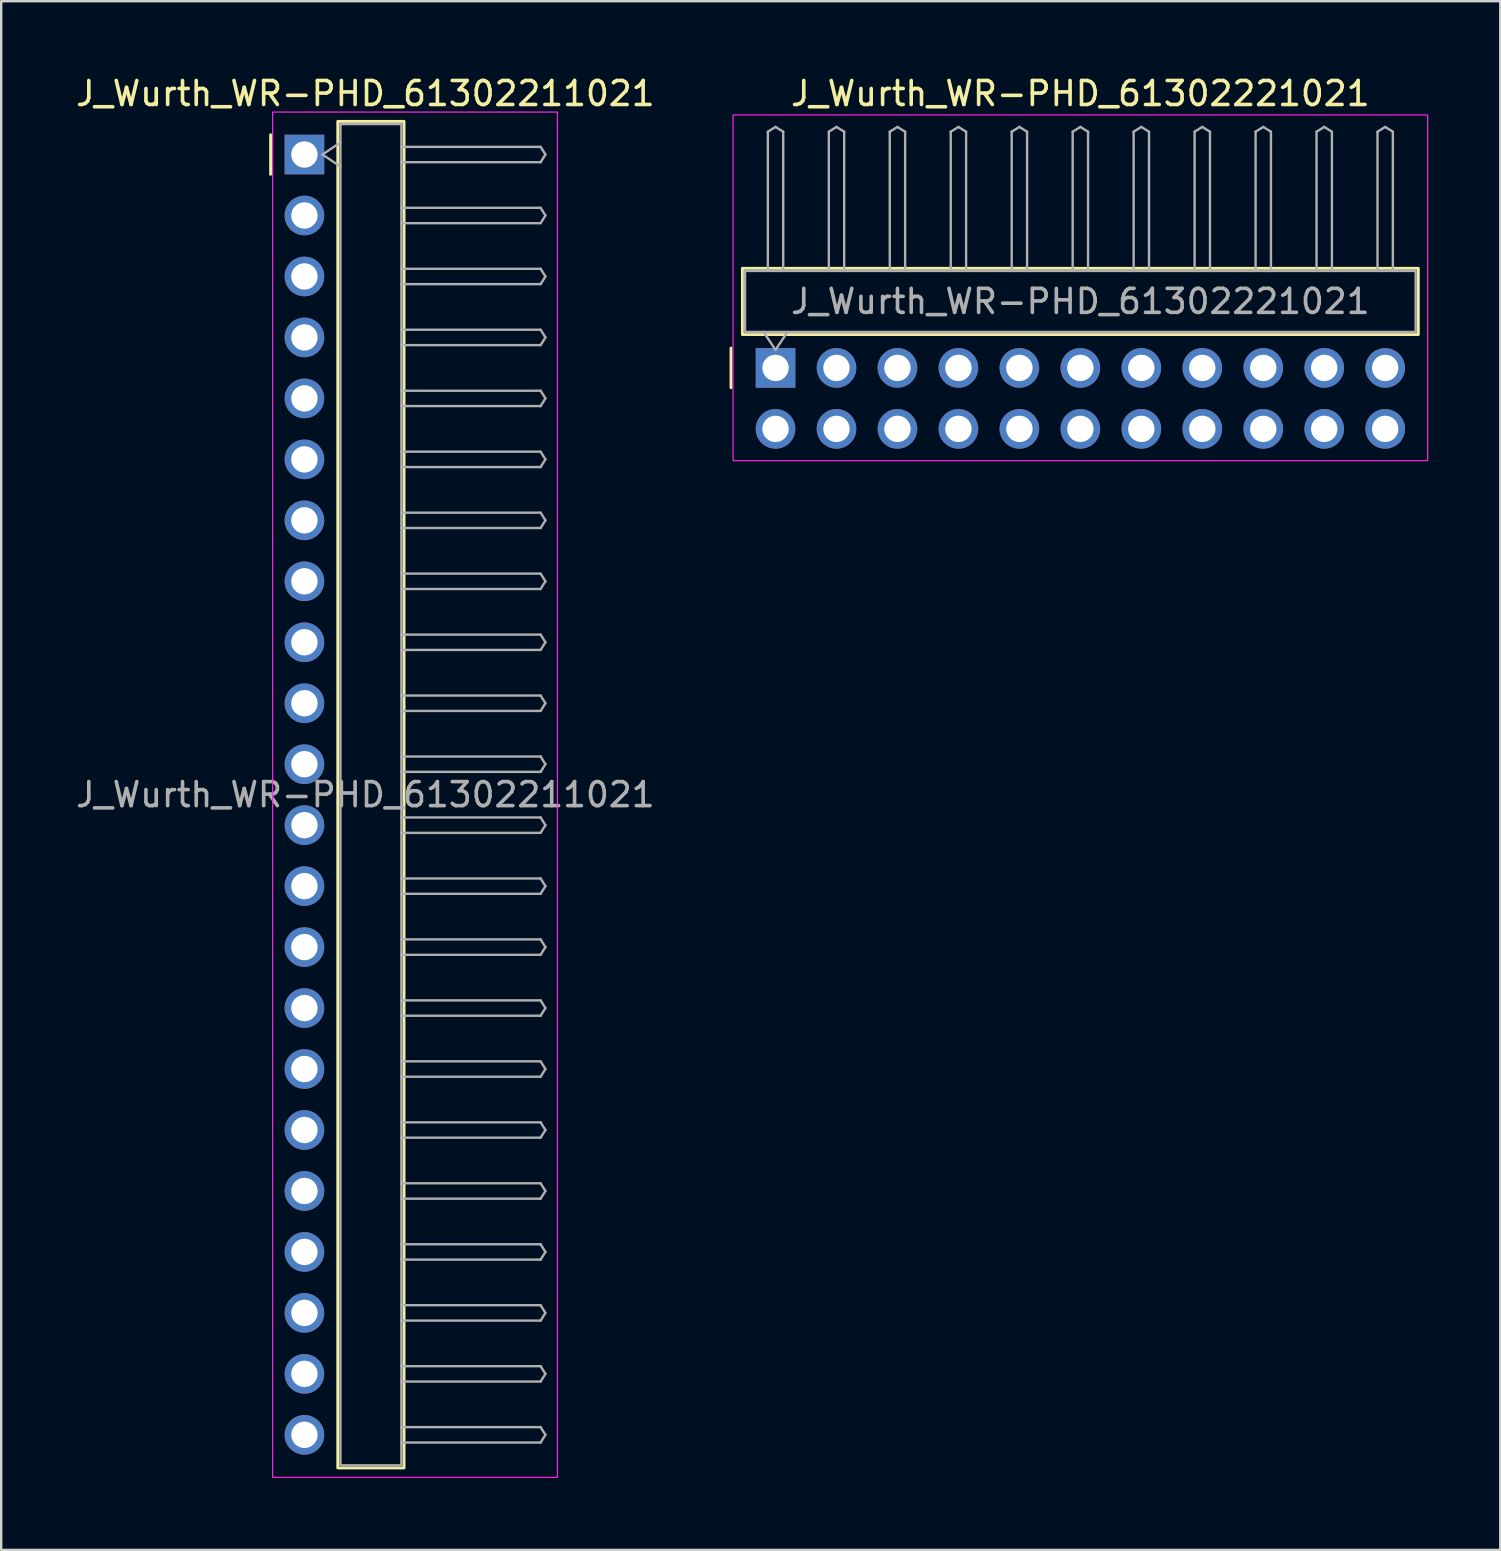
<source format=kicad_pcb>
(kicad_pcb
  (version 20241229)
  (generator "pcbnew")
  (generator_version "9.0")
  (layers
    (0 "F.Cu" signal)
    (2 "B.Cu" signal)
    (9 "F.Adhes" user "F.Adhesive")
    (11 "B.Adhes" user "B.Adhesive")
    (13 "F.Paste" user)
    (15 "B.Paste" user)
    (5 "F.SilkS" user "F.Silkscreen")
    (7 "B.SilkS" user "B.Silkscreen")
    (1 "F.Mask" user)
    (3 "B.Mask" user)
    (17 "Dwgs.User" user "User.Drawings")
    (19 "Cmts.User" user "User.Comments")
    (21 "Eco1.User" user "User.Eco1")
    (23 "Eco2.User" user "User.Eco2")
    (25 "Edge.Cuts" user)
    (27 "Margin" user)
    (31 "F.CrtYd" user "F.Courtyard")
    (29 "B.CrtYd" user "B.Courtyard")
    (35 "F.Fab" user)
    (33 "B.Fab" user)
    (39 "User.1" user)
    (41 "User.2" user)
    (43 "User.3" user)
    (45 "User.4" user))
  (footprint "J_Wurth_WR-PHD_61302211021"
    (layer "F.Cu")
    (at 9.633 3.388)
    (property "Reference" "J_Wurth_WR-PHD_61302211021" (at 2.54 -2.54 0) (unlocked yes) (layer "F.SilkS") (effects (font (size 1 1) (thickness 0.15))))
    (attr through_hole)
    (fp_line (start -1.41 -0.825) (end -1.41 0.825) (stroke (width 0.12) (type solid)) (layer "F.SilkS"))
    (fp_rect (start 1.39 -1.38) (end 4.15 54.72) (stroke (width 0.12) (type solid)) (fill no) (layer "F.SilkS"))
    (fp_rect (start -1.325 -1.77) (end 10.54 55.11) (stroke (width 0.05) (type solid)) (fill no) (layer "F.CrtYd"))
    (fp_line (start 0.75 0) (end 1.5 0.5) (stroke (width 0.1) (type solid)) (layer "F.Fab"))
    (fp_line (start 0.75 0) (end 1.5 -0.5) (stroke (width 0.1) (type solid)) (layer "F.Fab"))
    (fp_line (start 4.04 0.32) (end 9.84 0.32) (stroke (width 0.1) (type solid)) (layer "F.Fab"))
    (fp_line (start 4.04 2.86) (end 9.84 2.86) (stroke (width 0.1) (type solid)) (layer "F.Fab"))
    (fp_line (start 4.04 5.4) (end 9.84 5.4) (stroke (width 0.1) (type solid)) (layer "F.Fab"))
    (fp_line (start 4.04 7.94) (end 9.84 7.94) (stroke (width 0.1) (type solid)) (layer "F.Fab"))
    (fp_line (start 4.04 10.48) (end 9.84 10.48) (stroke (width 0.1) (type solid)) (layer "F.Fab"))
    (fp_line (start 4.04 13.02) (end 9.84 13.02) (stroke (width 0.1) (type solid)) (layer "F.Fab"))
    (fp_line (start 4.04 15.56) (end 9.84 15.56) (stroke (width 0.1) (type solid)) (layer "F.Fab"))
    (fp_line (start 4.04 18.1) (end 9.84 18.1) (stroke (width 0.1) (type solid)) (layer "F.Fab"))
    (fp_line (start 4.04 20.64) (end 9.84 20.64) (stroke (width 0.1) (type solid)) (layer "F.Fab"))
    (fp_line (start 4.04 23.18) (end 9.84 23.18) (stroke (width 0.1) (type solid)) (layer "F.Fab"))
    (fp_line (start 4.04 25.72) (end 9.84 25.72) (stroke (width 0.1) (type solid)) (layer "F.Fab"))
    (fp_line (start 4.04 28.26) (end 9.84 28.26) (stroke (width 0.1) (type solid)) (layer "F.Fab"))
    (fp_line (start 4.04 30.8) (end 9.84 30.8) (stroke (width 0.1) (type solid)) (layer "F.Fab"))
    (fp_line (start 4.04 33.34) (end 9.84 33.34) (stroke (width 0.1) (type solid)) (layer "F.Fab"))
    (fp_line (start 4.04 35.88) (end 9.84 35.88) (stroke (width 0.1) (type solid)) (layer "F.Fab"))
    (fp_line (start 4.04 38.42) (end 9.84 38.42) (stroke (width 0.1) (type solid)) (layer "F.Fab"))
    (fp_line (start 4.04 40.96) (end 9.84 40.96) (stroke (width 0.1) (type solid)) (layer "F.Fab"))
    (fp_line (start 4.04 43.5) (end 9.84 43.5) (stroke (width 0.1) (type solid)) (layer "F.Fab"))
    (fp_line (start 4.04 46.04) (end 9.84 46.04) (stroke (width 0.1) (type solid)) (layer "F.Fab"))
    (fp_line (start 4.04 48.58) (end 9.84 48.58) (stroke (width 0.1) (type solid)) (layer "F.Fab"))
    (fp_line (start 4.04 51.12) (end 9.84 51.12) (stroke (width 0.1) (type solid)) (layer "F.Fab"))
    (fp_line (start 4.04 53.66) (end 9.84 53.66) (stroke (width 0.1) (type solid)) (layer "F.Fab"))
    (fp_line (start 9.84 -0.32) (end 4.04 -0.32) (stroke (width 0.1) (type solid)) (layer "F.Fab"))
    (fp_line (start 9.84 0.32) (end 10.04 0) (stroke (width 0.1) (type default)) (layer "F.Fab"))
    (fp_line (start 9.84 2.22) (end 4.04 2.22) (stroke (width 0.1) (type solid)) (layer "F.Fab"))
    (fp_line (start 9.84 2.86) (end 10.04 2.54) (stroke (width 0.1) (type default)) (layer "F.Fab"))
    (fp_line (start 9.84 4.76) (end 4.04 4.76) (stroke (width 0.1) (type solid)) (layer "F.Fab"))
    (fp_line (start 9.84 5.4) (end 10.04 5.08) (stroke (width 0.1) (type default)) (layer "F.Fab"))
    (fp_line (start 9.84 7.3) (end 4.04 7.3) (stroke (width 0.1) (type solid)) (layer "F.Fab"))
    (fp_line (start 9.84 7.94) (end 10.04 7.62) (stroke (width 0.1) (type default)) (layer "F.Fab"))
    (fp_line (start 9.84 9.84) (end 4.04 9.84) (stroke (width 0.1) (type solid)) (layer "F.Fab"))
    (fp_line (start 9.84 10.48) (end 10.04 10.16) (stroke (width 0.1) (type solid)) (layer "F.Fab"))
    (fp_line (start 9.84 12.38) (end 4.04 12.38) (stroke (width 0.1) (type solid)) (layer "F.Fab"))
    (fp_line (start 9.84 13.02) (end 10.04 12.7) (stroke (width 0.1) (type solid)) (layer "F.Fab"))
    (fp_line (start 9.84 14.92) (end 4.04 14.92) (stroke (width 0.1) (type solid)) (layer "F.Fab"))
    (fp_line (start 9.84 15.56) (end 10.04 15.24) (stroke (width 0.1) (type solid)) (layer "F.Fab"))
    (fp_line (start 9.84 17.46) (end 4.04 17.46) (stroke (width 0.1) (type solid)) (layer "F.Fab"))
    (fp_line (start 9.84 20) (end 4.04 20) (stroke (width 0.1) (type solid)) (layer "F.Fab"))
    (fp_line (start 9.84 22.54) (end 4.04 22.54) (stroke (width 0.1) (type solid)) (layer "F.Fab"))
    (fp_line (start 9.84 25.08) (end 4.04 25.08) (stroke (width 0.1) (type solid)) (layer "F.Fab"))
    (fp_line (start 9.84 27.62) (end 4.04 27.62) (stroke (width 0.1) (type solid)) (layer "F.Fab"))
    (fp_line (start 9.84 30.16) (end 4.04 30.16) (stroke (width 0.1) (type solid)) (layer "F.Fab"))
    (fp_line (start 9.84 32.7) (end 4.04 32.7) (stroke (width 0.1) (type solid)) (layer "F.Fab"))
    (fp_line (start 9.84 35.24) (end 4.04 35.24) (stroke (width 0.1) (type solid)) (layer "F.Fab"))
    (fp_line (start 9.84 37.78) (end 4.04 37.78) (stroke (width 0.1) (type solid)) (layer "F.Fab"))
    (fp_line (start 9.84 40.32) (end 4.04 40.32) (stroke (width 0.1) (type solid)) (layer "F.Fab"))
    (fp_line (start 9.84 42.86) (end 4.04 42.86) (stroke (width 0.1) (type solid)) (layer "F.Fab"))
    (fp_line (start 9.84 45.4) (end 4.04 45.4) (stroke (width 0.1) (type solid)) (layer "F.Fab"))
    (fp_line (start 9.84 47.94) (end 4.04 47.94) (stroke (width 0.1) (type solid)) (layer "F.Fab"))
    (fp_line (start 9.84 48.58) (end 10.04 48.26) (stroke (width 0.1) (type solid)) (layer "F.Fab"))
    (fp_line (start 9.84 50.48) (end 4.04 50.48) (stroke (width 0.1) (type solid)) (layer "F.Fab"))
    (fp_line (start 9.84 51.12) (end 10.04 50.8) (stroke (width 0.1) (type solid)) (layer "F.Fab"))
    (fp_line (start 9.84 53.02) (end 4.04 53.02) (stroke (width 0.1) (type solid)) (layer "F.Fab"))
    (fp_line (start 9.84 53.66) (end 10.04 53.34) (stroke (width 0.1) (type solid)) (layer "F.Fab"))
    (fp_line (start 10.04 0) (end 9.84 -0.32) (stroke (width 0.1) (type solid)) (layer "F.Fab"))
    (fp_line (start 10.04 2.54) (end 9.84 2.22) (stroke (width 0.1) (type solid)) (layer "F.Fab"))
    (fp_line (start 10.04 5.08) (end 9.84 4.76) (stroke (width 0.1) (type solid)) (layer "F.Fab"))
    (fp_line (start 10.04 7.62) (end 9.84 7.3) (stroke (width 0.1) (type solid)) (layer "F.Fab"))
    (fp_line (start 10.04 10.16) (end 9.84 9.84) (stroke (width 0.1) (type solid)) (layer "F.Fab"))
    (fp_line (start 10.04 12.7) (end 9.84 12.38) (stroke (width 0.1) (type solid)) (layer "F.Fab"))
    (fp_line (start 10.04 15.24) (end 9.84 14.92) (stroke (width 0.1) (type solid)) (layer "F.Fab"))
    (fp_line (start 10.04 17.78) (end 9.84 17.46) (stroke (width 0.1) (type solid)) (layer "F.Fab"))
    (fp_line (start 10.04 17.78) (end 9.84 18.1) (stroke (width 0.1) (type solid)) (layer "F.Fab"))
    (fp_line (start 10.04 20.32) (end 9.84 20) (stroke (width 0.1) (type solid)) (layer "F.Fab"))
    (fp_line (start 10.04 20.32) (end 9.84 20.64) (stroke (width 0.1) (type solid)) (layer "F.Fab"))
    (fp_line (start 10.04 22.86) (end 9.84 22.54) (stroke (width 0.1) (type solid)) (layer "F.Fab"))
    (fp_line (start 10.04 22.86) (end 9.84 23.18) (stroke (width 0.1) (type solid)) (layer "F.Fab"))
    (fp_line (start 10.04 25.4) (end 9.84 25.08) (stroke (width 0.1) (type solid)) (layer "F.Fab"))
    (fp_line (start 10.04 25.4) (end 9.84 25.72) (stroke (width 0.1) (type solid)) (layer "F.Fab"))
    (fp_line (start 10.04 27.94) (end 9.84 27.62) (stroke (width 0.1) (type solid)) (layer "F.Fab"))
    (fp_line (start 10.04 27.94) (end 9.84 28.26) (stroke (width 0.1) (type solid)) (layer "F.Fab"))
    (fp_line (start 10.04 30.48) (end 9.84 30.16) (stroke (width 0.1) (type solid)) (layer "F.Fab"))
    (fp_line (start 10.04 30.48) (end 9.84 30.8) (stroke (width 0.1) (type solid)) (layer "F.Fab"))
    (fp_line (start 10.04 33.02) (end 9.84 32.7) (stroke (width 0.1) (type solid)) (layer "F.Fab"))
    (fp_line (start 10.04 33.02) (end 9.84 33.34) (stroke (width 0.1) (type solid)) (layer "F.Fab"))
    (fp_line (start 10.04 35.56) (end 9.84 35.24) (stroke (width 0.1) (type solid)) (layer "F.Fab"))
    (fp_line (start 10.04 35.56) (end 9.84 35.88) (stroke (width 0.1) (type solid)) (layer "F.Fab"))
    (fp_line (start 10.04 38.1) (end 9.84 37.78) (stroke (width 0.1) (type solid)) (layer "F.Fab"))
    (fp_line (start 10.04 38.1) (end 9.84 38.42) (stroke (width 0.1) (type solid)) (layer "F.Fab"))
    (fp_line (start 10.04 40.64) (end 9.84 40.32) (stroke (width 0.1) (type solid)) (layer "F.Fab"))
    (fp_line (start 10.04 40.64) (end 9.84 40.96) (stroke (width 0.1) (type solid)) (layer "F.Fab"))
    (fp_line (start 10.04 43.18) (end 9.84 42.86) (stroke (width 0.1) (type solid)) (layer "F.Fab"))
    (fp_line (start 10.04 43.18) (end 9.84 43.5) (stroke (width 0.1) (type solid)) (layer "F.Fab"))
    (fp_line (start 10.04 45.72) (end 9.84 45.4) (stroke (width 0.1) (type solid)) (layer "F.Fab"))
    (fp_line (start 10.04 45.72) (end 9.84 46.04) (stroke (width 0.1) (type solid)) (layer "F.Fab"))
    (fp_line (start 10.04 48.26) (end 9.84 47.94) (stroke (width 0.1) (type solid)) (layer "F.Fab"))
    (fp_line (start 10.04 50.8) (end 9.84 50.48) (stroke (width 0.1) (type solid)) (layer "F.Fab"))
    (fp_line (start 10.04 53.34) (end 9.84 53.02) (stroke (width 0.1) (type solid)) (layer "F.Fab"))
    (fp_rect (start 1.5 -1.27) (end 4.04 54.61) (stroke (width 0.1) (type solid)) (fill no) (layer "F.Fab"))
    (fp_text user "${REFERENCE}" (at 2.54 26.67 0) (unlocked yes) (layer "F.Fab") (effects (font (size 1 1) (thickness 0.15))))
    (pad "1" thru_hole rect (at 0 0 90) (size 1.65 1.65) (drill 1.1) (layers "*.Cu" "*.Mask"))
    (pad "2" thru_hole circle (at 0 2.54 90) (size 1.65 1.65) (drill 1.1) (layers "*.Cu" "*.Mask"))
    (pad "3" thru_hole circle (at 0 5.08 90) (size 1.65 1.65) (drill 1.1) (layers "*.Cu" "*.Mask"))
    (pad "4" thru_hole circle (at 0 7.62 90) (size 1.65 1.65) (drill 1.1) (layers "*.Cu" "*.Mask"))
    (pad "5" thru_hole circle (at 0 10.16 90) (size 1.65 1.65) (drill 1.1) (layers "*.Cu" "*.Mask"))
    (pad "6" thru_hole circle (at 0 12.7 90) (size 1.65 1.65) (drill 1.1) (layers "*.Cu" "*.Mask"))
    (pad "7" thru_hole circle (at 0 15.24 90) (size 1.65 1.65) (drill 1.1) (layers "*.Cu" "*.Mask"))
    (pad "8" thru_hole circle (at 0 17.78 90) (size 1.65 1.65) (drill 1.1) (layers "*.Cu" "*.Mask"))
    (pad "9" thru_hole circle (at 0 20.32 90) (size 1.65 1.65) (drill 1.1) (layers "*.Cu" "*.Mask"))
    (pad "10" thru_hole circle (at 0 22.86 90) (size 1.65 1.65) (drill 1.1) (layers "*.Cu" "*.Mask"))
    (pad "11" thru_hole circle (at 0 25.4 90) (size 1.65 1.65) (drill 1.1) (layers "*.Cu" "*.Mask"))
    (pad "12" thru_hole circle (at 0 27.94 90) (size 1.65 1.65) (drill 1.1) (layers "*.Cu" "*.Mask"))
    (pad "13" thru_hole circle (at 0 30.48 90) (size 1.65 1.65) (drill 1.1) (layers "*.Cu" "*.Mask"))
    (pad "14" thru_hole circle (at 0 33.02 90) (size 1.65 1.65) (drill 1.1) (layers "*.Cu" "*.Mask"))
    (pad "15" thru_hole circle (at 0 35.56 90) (size 1.65 1.65) (drill 1.1) (layers "*.Cu" "*.Mask"))
    (pad "16" thru_hole circle (at 0 38.1 90) (size 1.65 1.65) (drill 1.1) (layers "*.Cu" "*.Mask"))
    (pad "17" thru_hole circle (at 0 40.64 90) (size 1.65 1.65) (drill 1.1) (layers "*.Cu" "*.Mask"))
    (pad "18" thru_hole circle (at 0 43.18 90) (size 1.65 1.65) (drill 1.1) (layers "*.Cu" "*.Mask"))
    (pad "19" thru_hole circle (at 0 45.72 90) (size 1.65 1.65) (drill 1.1) (layers "*.Cu" "*.Mask"))
    (pad "20" thru_hole circle (at 0 48.26 90) (size 1.65 1.65) (drill 1.1) (layers "*.Cu" "*.Mask"))
    (pad "21" thru_hole circle (at 0 50.8 90) (size 1.65 1.65) (drill 1.1) (layers "*.Cu" "*.Mask"))
    (pad "22" thru_hole circle (at 0 53.34 90) (size 1.65 1.65) (drill 1.1) (layers "*.Cu" "*.Mask")))
  (footprint "J_Wurth_WR-PHD_61302221021"
    (layer "F.Cu")
    (at 29.26 12.278)
    (property "Reference" "J_Wurth_WR-PHD_61302221021" (at 12.7 -11.43 0) (unlocked yes) (layer "F.SilkS") (effects (font (size 1 1) (thickness 0.15))))
    (attr through_hole)
    (fp_line (start -1.855 -0.825) (end -1.855 0.825) (stroke (width 0.12) (type solid)) (layer "F.SilkS"))
    (fp_rect (start -1.38 -4.15) (end 26.78 -1.39) (stroke (width 0.12) (type solid)) (fill no) (layer "F.SilkS"))
    (fp_rect (start -1.77 -10.54) (end 27.17 3.865) (stroke (width 0.05) (type solid)) (fill no) (layer "F.CrtYd"))
    (fp_line (start -0.32 -9.84) (end -0.32 -4.04) (stroke (width 0.1) (type solid)) (layer "F.Fab"))
    (fp_line (start 0 -10.04) (end -0.32 -9.84) (stroke (width 0.1) (type solid)) (layer "F.Fab"))
    (fp_line (start 0 -0.75) (end -0.5 -1.5) (stroke (width 0.1) (type solid)) (layer "F.Fab"))
    (fp_line (start 0 -0.75) (end 0.5 -1.5) (stroke (width 0.1) (type solid)) (layer "F.Fab"))
    (fp_line (start 0.32 -9.84) (end 0 -10.04) (stroke (width 0.1) (type default)) (layer "F.Fab"))
    (fp_line (start 0.32 -4.04) (end 0.32 -9.84) (stroke (width 0.1) (type solid)) (layer "F.Fab"))
    (fp_line (start 2.22 -9.84) (end 2.22 -4.04) (stroke (width 0.1) (type solid)) (layer "F.Fab"))
    (fp_line (start 2.54 -10.04) (end 2.22 -9.84) (stroke (width 0.1) (type solid)) (layer "F.Fab"))
    (fp_line (start 2.86 -9.84) (end 2.54 -10.04) (stroke (width 0.1) (type default)) (layer "F.Fab"))
    (fp_line (start 2.86 -4.04) (end 2.86 -9.84) (stroke (width 0.1) (type solid)) (layer "F.Fab"))
    (fp_line (start 4.76 -9.84) (end 4.76 -4.04) (stroke (width 0.1) (type solid)) (layer "F.Fab"))
    (fp_line (start 5.08 -10.04) (end 4.76 -9.84) (stroke (width 0.1) (type solid)) (layer "F.Fab"))
    (fp_line (start 5.4 -9.84) (end 5.08 -10.04) (stroke (width 0.1) (type default)) (layer "F.Fab"))
    (fp_line (start 5.4 -4.04) (end 5.4 -9.84) (stroke (width 0.1) (type solid)) (layer "F.Fab"))
    (fp_line (start 7.3 -9.84) (end 7.3 -4.04) (stroke (width 0.1) (type solid)) (layer "F.Fab"))
    (fp_line (start 7.62 -10.04) (end 7.3 -9.84) (stroke (width 0.1) (type solid)) (layer "F.Fab"))
    (fp_line (start 7.94 -9.84) (end 7.62 -10.04) (stroke (width 0.1) (type default)) (layer "F.Fab"))
    (fp_line (start 7.94 -4.04) (end 7.94 -9.84) (stroke (width 0.1) (type solid)) (layer "F.Fab"))
    (fp_line (start 9.84 -9.84) (end 9.84 -4.04) (stroke (width 0.1) (type solid)) (layer "F.Fab"))
    (fp_line (start 10.16 -10.04) (end 9.84 -9.84) (stroke (width 0.1) (type solid)) (layer "F.Fab"))
    (fp_line (start 10.48 -9.84) (end 10.16 -10.04) (stroke (width 0.1) (type solid)) (layer "F.Fab"))
    (fp_line (start 10.48 -4.04) (end 10.48 -9.84) (stroke (width 0.1) (type solid)) (layer "F.Fab"))
    (fp_line (start 12.38 -9.84) (end 12.38 -4.04) (stroke (width 0.1) (type solid)) (layer "F.Fab"))
    (fp_line (start 12.7 -10.04) (end 12.38 -9.84) (stroke (width 0.1) (type solid)) (layer "F.Fab"))
    (fp_line (start 13.02 -9.84) (end 12.7 -10.04) (stroke (width 0.1) (type solid)) (layer "F.Fab"))
    (fp_line (start 13.02 -4.04) (end 13.02 -9.84) (stroke (width 0.1) (type solid)) (layer "F.Fab"))
    (fp_line (start 14.92 -9.84) (end 14.92 -4.04) (stroke (width 0.1) (type solid)) (layer "F.Fab"))
    (fp_line (start 15.24 -10.04) (end 14.92 -9.84) (stroke (width 0.1) (type solid)) (layer "F.Fab"))
    (fp_line (start 15.56 -9.84) (end 15.24 -10.04) (stroke (width 0.1) (type solid)) (layer "F.Fab"))
    (fp_line (start 15.56 -4.04) (end 15.56 -9.84) (stroke (width 0.1) (type solid)) (layer "F.Fab"))
    (fp_line (start 17.46 -9.84) (end 17.46 -4.04) (stroke (width 0.1) (type solid)) (layer "F.Fab"))
    (fp_line (start 17.78 -10.04) (end 17.46 -9.84) (stroke (width 0.1) (type solid)) (layer "F.Fab"))
    (fp_line (start 17.78 -10.04) (end 18.1 -9.84) (stroke (width 0.1) (type solid)) (layer "F.Fab"))
    (fp_line (start 18.1 -4.04) (end 18.1 -9.84) (stroke (width 0.1) (type solid)) (layer "F.Fab"))
    (fp_line (start 20 -9.84) (end 20 -4.04) (stroke (width 0.1) (type solid)) (layer "F.Fab"))
    (fp_line (start 20.32 -10.04) (end 20 -9.84) (stroke (width 0.1) (type solid)) (layer "F.Fab"))
    (fp_line (start 20.32 -10.04) (end 20.64 -9.84) (stroke (width 0.1) (type solid)) (layer "F.Fab"))
    (fp_line (start 20.64 -4.04) (end 20.64 -9.84) (stroke (width 0.1) (type solid)) (layer "F.Fab"))
    (fp_line (start 22.54 -9.84) (end 22.54 -4.04) (stroke (width 0.1) (type solid)) (layer "F.Fab"))
    (fp_line (start 22.86 -10.04) (end 22.54 -9.84) (stroke (width 0.1) (type solid)) (layer "F.Fab"))
    (fp_line (start 22.86 -10.04) (end 23.18 -9.84) (stroke (width 0.1) (type solid)) (layer "F.Fab"))
    (fp_line (start 23.18 -4.04) (end 23.18 -9.84) (stroke (width 0.1) (type solid)) (layer "F.Fab"))
    (fp_line (start 25.08 -9.84) (end 25.08 -4.04) (stroke (width 0.1) (type solid)) (layer "F.Fab"))
    (fp_line (start 25.4 -10.04) (end 25.08 -9.84) (stroke (width 0.1) (type solid)) (layer "F.Fab"))
    (fp_line (start 25.4 -10.04) (end 25.72 -9.84) (stroke (width 0.1) (type solid)) (layer "F.Fab"))
    (fp_line (start 25.72 -4.04) (end 25.72 -9.84) (stroke (width 0.1) (type solid)) (layer "F.Fab"))
    (fp_rect (start -1.27 -4.04) (end 26.67 -1.5) (stroke (width 0.1) (type solid)) (fill no) (layer "F.Fab"))
    (fp_text user "${REFERENCE}" (at 12.7 -2.77 0) (unlocked yes) (layer "F.Fab") (effects (font (size 1 1) (thickness 0.15))))
    (pad "1" thru_hole rect (at 0 0 180) (size 1.65 1.65) (drill 1.1) (layers "*.Cu" "*.Mask"))
    (pad "2" thru_hole circle (at 0 2.54 180) (size 1.65 1.65) (drill 1.1) (layers "*.Cu" "*.Mask"))
    (pad "3" thru_hole circle (at 2.54 0 180) (size 1.65 1.65) (drill 1.1) (layers "*.Cu" "*.Mask"))
    (pad "4" thru_hole circle (at 2.54 2.54 180) (size 1.65 1.65) (drill 1.1) (layers "*.Cu" "*.Mask"))
    (pad "5" thru_hole circle (at 5.08 0 180) (size 1.65 1.65) (drill 1.1) (layers "*.Cu" "*.Mask"))
    (pad "6" thru_hole circle (at 5.08 2.54 180) (size 1.65 1.65) (drill 1.1) (layers "*.Cu" "*.Mask"))
    (pad "7" thru_hole circle (at 7.62 0 180) (size 1.65 1.65) (drill 1.1) (layers "*.Cu" "*.Mask"))
    (pad "8" thru_hole circle (at 7.62 2.54 180) (size 1.65 1.65) (drill 1.1) (layers "*.Cu" "*.Mask"))
    (pad "9" thru_hole circle (at 10.16 0 180) (size 1.65 1.65) (drill 1.1) (layers "*.Cu" "*.Mask"))
    (pad "10" thru_hole circle (at 10.16 2.54 180) (size 1.65 1.65) (drill 1.1) (layers "*.Cu" "*.Mask"))
    (pad "11" thru_hole circle (at 12.7 0 180) (size 1.65 1.65) (drill 1.1) (layers "*.Cu" "*.Mask"))
    (pad "12" thru_hole circle (at 12.7 2.54 180) (size 1.65 1.65) (drill 1.1) (layers "*.Cu" "*.Mask"))
    (pad "13" thru_hole circle (at 15.24 0 180) (size 1.65 1.65) (drill 1.1) (layers "*.Cu" "*.Mask"))
    (pad "14" thru_hole circle (at 15.24 2.54 180) (size 1.65 1.65) (drill 1.1) (layers "*.Cu" "*.Mask"))
    (pad "15" thru_hole circle (at 17.78 0 180) (size 1.65 1.65) (drill 1.1) (layers "*.Cu" "*.Mask"))
    (pad "16" thru_hole circle (at 17.78 2.54 180) (size 1.65 1.65) (drill 1.1) (layers "*.Cu" "*.Mask"))
    (pad "17" thru_hole circle (at 20.32 0 180) (size 1.65 1.65) (drill 1.1) (layers "*.Cu" "*.Mask"))
    (pad "18" thru_hole circle (at 20.32 2.54 180) (size 1.65 1.65) (drill 1.1) (layers "*.Cu" "*.Mask"))
    (pad "19" thru_hole circle (at 22.86 0 180) (size 1.65 1.65) (drill 1.1) (layers "*.Cu" "*.Mask"))
    (pad "20" thru_hole circle (at 22.86 2.54 180) (size 1.65 1.65) (drill 1.1) (layers "*.Cu" "*.Mask"))
    (pad "21" thru_hole circle (at 25.4 0 180) (size 1.65 1.65) (drill 1.1) (layers "*.Cu" "*.Mask"))
    (pad "22" thru_hole circle (at 25.4 2.54 180) (size 1.65 1.65) (drill 1.1) (layers "*.Cu" "*.Mask")))
  (gr_rect
    (start -3 -3)
    (end 59.455 61.523)
    (stroke (width 0.1) (type default))
    (fill no)
    (layer "Edge.Cuts")))
</source>
